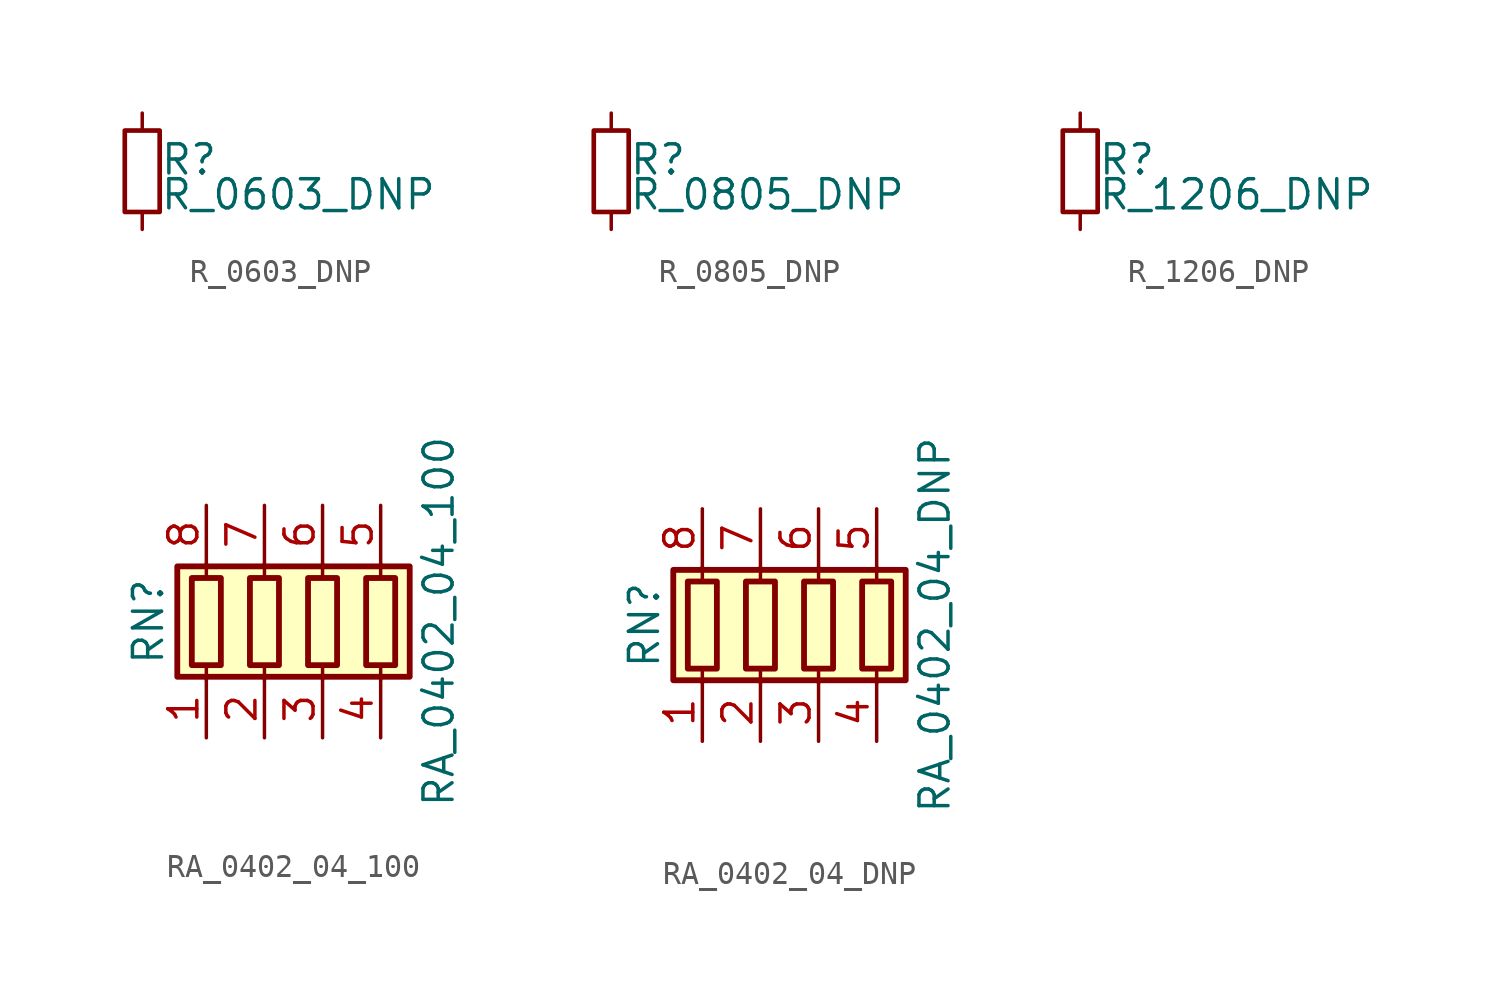
<source format=kicad_sym>
(kicad_symbol_lib
  (version 20220914)
  (generator kicad_symbol_editor)
  (symbol "R_0603_DNP"
    (pin_numbers hide)
    (pin_names
      (offset 0.254) hide)
    (property "Reference" "R"
      (at 0.762 0.508 0)
      (effects (font (size 1.27 1.27)) (justify left)))
    (property "Value" "R_0603_DNP"
      (at 0.762 -1.016 0)
      (effects (font (size 1.27 1.27)) (justify left)))
    (symbol "R_0603_DNP_0_1"
      (rectangle (start -0.762 1.778) (end 0.762 -1.778) (stroke (width 0.203) (type default)) (fill (type none))))
    (symbol "R_0603_DNP_1_1"
      (pin passive line (at 0 2.54 270) (length 0.762) (name "~" (effects (font (size 1.27 1.27)))) (number "1" (effects (font (size 1.27 1.27)))))
      (pin passive line (at 0 -2.54 90) (length 0.762) (name "~" (effects (font (size 1.27 1.27)))) (number "2" (effects (font (size 1.27 1.27)))))))
  (symbol "R_0805_DNP"
    (pin_numbers hide)
    (pin_names
      (offset 0.254) hide)
    (property "Reference" "R"
      (at 0.762 0.508 0)
      (effects (font (size 1.27 1.27)) (justify left)))
    (property "Value" "R_0805_DNP"
      (at 0.762 -1.016 0)
      (effects (font (size 1.27 1.27)) (justify left)))
    (symbol "R_0805_DNP_0_1"
      (rectangle (start -0.762 1.778) (end 0.762 -1.778) (stroke (width 0.203) (type default)) (fill (type none))))
    (symbol "R_0805_DNP_1_1"
      (pin passive line (at 0 2.54 270) (length 0.762) (name "~" (effects (font (size 1.27 1.27)))) (number "1" (effects (font (size 1.27 1.27)))))
      (pin passive line (at 0 -2.54 90) (length 0.762) (name "~" (effects (font (size 1.27 1.27)))) (number "2" (effects (font (size 1.27 1.27)))))))
  (symbol "R_1206_DNP"
    (pin_numbers hide)
    (pin_names
      (offset 0.254) hide)
    (property "Reference" "R"
      (at 0.762 0.508 0)
      (effects (font (size 1.27 1.27)) (justify left)))
    (property "Value" "R_1206_DNP"
      (at 0.762 -1.016 0)
      (effects (font (size 1.27 1.27)) (justify left)))
    (symbol "R_1206_DNP_0_1"
      (rectangle (start -0.762 1.778) (end 0.762 -1.778) (stroke (width 0.203) (type default)) (fill (type none))))
    (symbol "R_1206_DNP_1_1"
      (pin passive line (at 0 2.54 270) (length 0.762) (name "~" (effects (font (size 1.27 1.27)))) (number "1" (effects (font (size 1.27 1.27)))))
      (pin passive line (at 0 -2.54 90) (length 0.762) (name "~" (effects (font (size 1.27 1.27)))) (number "2" (effects (font (size 1.27 1.27)))))))
  (symbol "RA_0402_04_100"
    (pin_names
      (offset 0) hide)
    (property "Reference" "RN"
      (at -7.62 0 90)
      (effects (font (size 1.27 1.27))))
    (property "Value" "RA_0402_04_100"
      (at 5.08 0 90)
      (effects (font (size 1.27 1.27))))
    (symbol "RA_0402_04_100_0_1"
      (rectangle (start -6.35 -2.413) (end 3.81 2.413) (stroke (width 0.254) (type default)) (fill (type background)))
      (rectangle (start -5.715 1.905) (end -4.445 -1.905) (stroke (width 0.254) (type default)) (fill (type none)))
      (rectangle (start -3.175 1.905) (end -1.905 -1.905) (stroke (width 0.254) (type default)) (fill (type none)))
      (rectangle (start -0.635 1.905) (end 0.635 -1.905) (stroke (width 0.254) (type default)) (fill (type none)))
      (polyline (pts (xy -5.08 -2.54) (xy -5.08 -1.905)) (stroke (width 0) (type default)) (fill (type none)))
      (polyline (pts (xy -5.08 1.905) (xy -5.08 2.54)) (stroke (width 0) (type default)) (fill (type none)))
      (polyline (pts (xy -2.54 -2.54) (xy -2.54 -1.905)) (stroke (width 0) (type default)) (fill (type none)))
      (polyline (pts (xy -2.54 1.905) (xy -2.54 2.54)) (stroke (width 0) (type default)) (fill (type none)))
      (polyline (pts (xy 0 -2.54) (xy 0 -1.905)) (stroke (width 0) (type default)) (fill (type none)))
      (polyline (pts (xy 0 1.905) (xy 0 2.54)) (stroke (width 0) (type default)) (fill (type none)))
      (polyline (pts (xy 2.54 -2.54) (xy 2.54 -1.905)) (stroke (width 0) (type default)) (fill (type none)))
      (polyline (pts (xy 2.54 1.905) (xy 2.54 2.54)) (stroke (width 0) (type default)) (fill (type none)))
      (rectangle (start 1.905 1.905) (end 3.175 -1.905) (stroke (width 0.254) (type default)) (fill (type none))))
    (symbol "RA_0402_04_100_1_1"
      (pin passive line (at -5.08 -5.08 90) (length 2.54) (name "R1.1" (effects (font (size 1.27 1.27)))) (number "1" (effects (font (size 1.27 1.27)))))
      (pin passive line (at -2.54 -5.08 90) (length 2.54) (name "R2.1" (effects (font (size 1.27 1.27)))) (number "2" (effects (font (size 1.27 1.27)))))
      (pin passive line (at 0 -5.08 90) (length 2.54) (name "R3.1" (effects (font (size 1.27 1.27)))) (number "3" (effects (font (size 1.27 1.27)))))
      (pin passive line (at 2.54 -5.08 90) (length 2.54) (name "R4.1" (effects (font (size 1.27 1.27)))) (number "4" (effects (font (size 1.27 1.27)))))
      (pin passive line (at 2.54 5.08 270) (length 2.54) (name "R4.2" (effects (font (size 1.27 1.27)))) (number "5" (effects (font (size 1.27 1.27)))))
      (pin passive line (at 0 5.08 270) (length 2.54) (name "R3.2" (effects (font (size 1.27 1.27)))) (number "6" (effects (font (size 1.27 1.27)))))
      (pin passive line (at -2.54 5.08 270) (length 2.54) (name "R2.2" (effects (font (size 1.27 1.27)))) (number "7" (effects (font (size 1.27 1.27)))))
      (pin passive line (at -5.08 5.08 270) (length 2.54) (name "R1.2" (effects (font (size 1.27 1.27)))) (number "8" (effects (font (size 1.27 1.27)))))))
  (symbol "RA_0402_04_DNP"
    (pin_names
      (offset 0) hide)
    (property "Reference" "RN"
      (at -7.62 0 90)
      (effects (font (size 1.27 1.27))))
    (property "Value" "RA_0402_04_DNP"
      (at 5.08 0 90)
      (effects (font (size 1.27 1.27))))
    (symbol "RA_0402_04_DNP_0_1"
      (rectangle (start -6.35 -2.413) (end 3.81 2.413) (stroke (width 0.254) (type default)) (fill (type background)))
      (rectangle (start -5.715 1.905) (end -4.445 -1.905) (stroke (width 0.254) (type default)) (fill (type none)))
      (rectangle (start -3.175 1.905) (end -1.905 -1.905) (stroke (width 0.254) (type default)) (fill (type none)))
      (rectangle (start -0.635 1.905) (end 0.635 -1.905) (stroke (width 0.254) (type default)) (fill (type none)))
      (polyline (pts (xy -5.08 -2.54) (xy -5.08 -1.905)) (stroke (width 0) (type default)) (fill (type none)))
      (polyline (pts (xy -5.08 1.905) (xy -5.08 2.54)) (stroke (width 0) (type default)) (fill (type none)))
      (polyline (pts (xy -2.54 -2.54) (xy -2.54 -1.905)) (stroke (width 0) (type default)) (fill (type none)))
      (polyline (pts (xy -2.54 1.905) (xy -2.54 2.54)) (stroke (width 0) (type default)) (fill (type none)))
      (polyline (pts (xy 0 -2.54) (xy 0 -1.905)) (stroke (width 0) (type default)) (fill (type none)))
      (polyline (pts (xy 0 1.905) (xy 0 2.54)) (stroke (width 0) (type default)) (fill (type none)))
      (polyline (pts (xy 2.54 -2.54) (xy 2.54 -1.905)) (stroke (width 0) (type default)) (fill (type none)))
      (polyline (pts (xy 2.54 1.905) (xy 2.54 2.54)) (stroke (width 0) (type default)) (fill (type none)))
      (rectangle (start 1.905 1.905) (end 3.175 -1.905) (stroke (width 0.254) (type default)) (fill (type none))))
    (symbol "RA_0402_04_DNP_1_1"
      (pin passive line (at -5.08 -5.08 90) (length 2.54) (name "R1.1" (effects (font (size 1.27 1.27)))) (number "1" (effects (font (size 1.27 1.27)))))
      (pin passive line (at -2.54 -5.08 90) (length 2.54) (name "R2.1" (effects (font (size 1.27 1.27)))) (number "2" (effects (font (size 1.27 1.27)))))
      (pin passive line (at 0 -5.08 90) (length 2.54) (name "R3.1" (effects (font (size 1.27 1.27)))) (number "3" (effects (font (size 1.27 1.27)))))
      (pin passive line (at 2.54 -5.08 90) (length 2.54) (name "R4.1" (effects (font (size 1.27 1.27)))) (number "4" (effects (font (size 1.27 1.27)))))
      (pin passive line (at 2.54 5.08 270) (length 2.54) (name "R4.2" (effects (font (size 1.27 1.27)))) (number "5" (effects (font (size 1.27 1.27)))))
      (pin passive line (at 0 5.08 270) (length 2.54) (name "R3.2" (effects (font (size 1.27 1.27)))) (number "6" (effects (font (size 1.27 1.27)))))
      (pin passive line (at -2.54 5.08 270) (length 2.54) (name "R2.2" (effects (font (size 1.27 1.27)))) (number "7" (effects (font (size 1.27 1.27)))))
      (pin passive line (at -5.08 5.08 270) (length 2.54) (name "R1.2" (effects (font (size 1.27 1.27)))) (number "8" (effects (font (size 1.27 1.27))))))))
</source>
